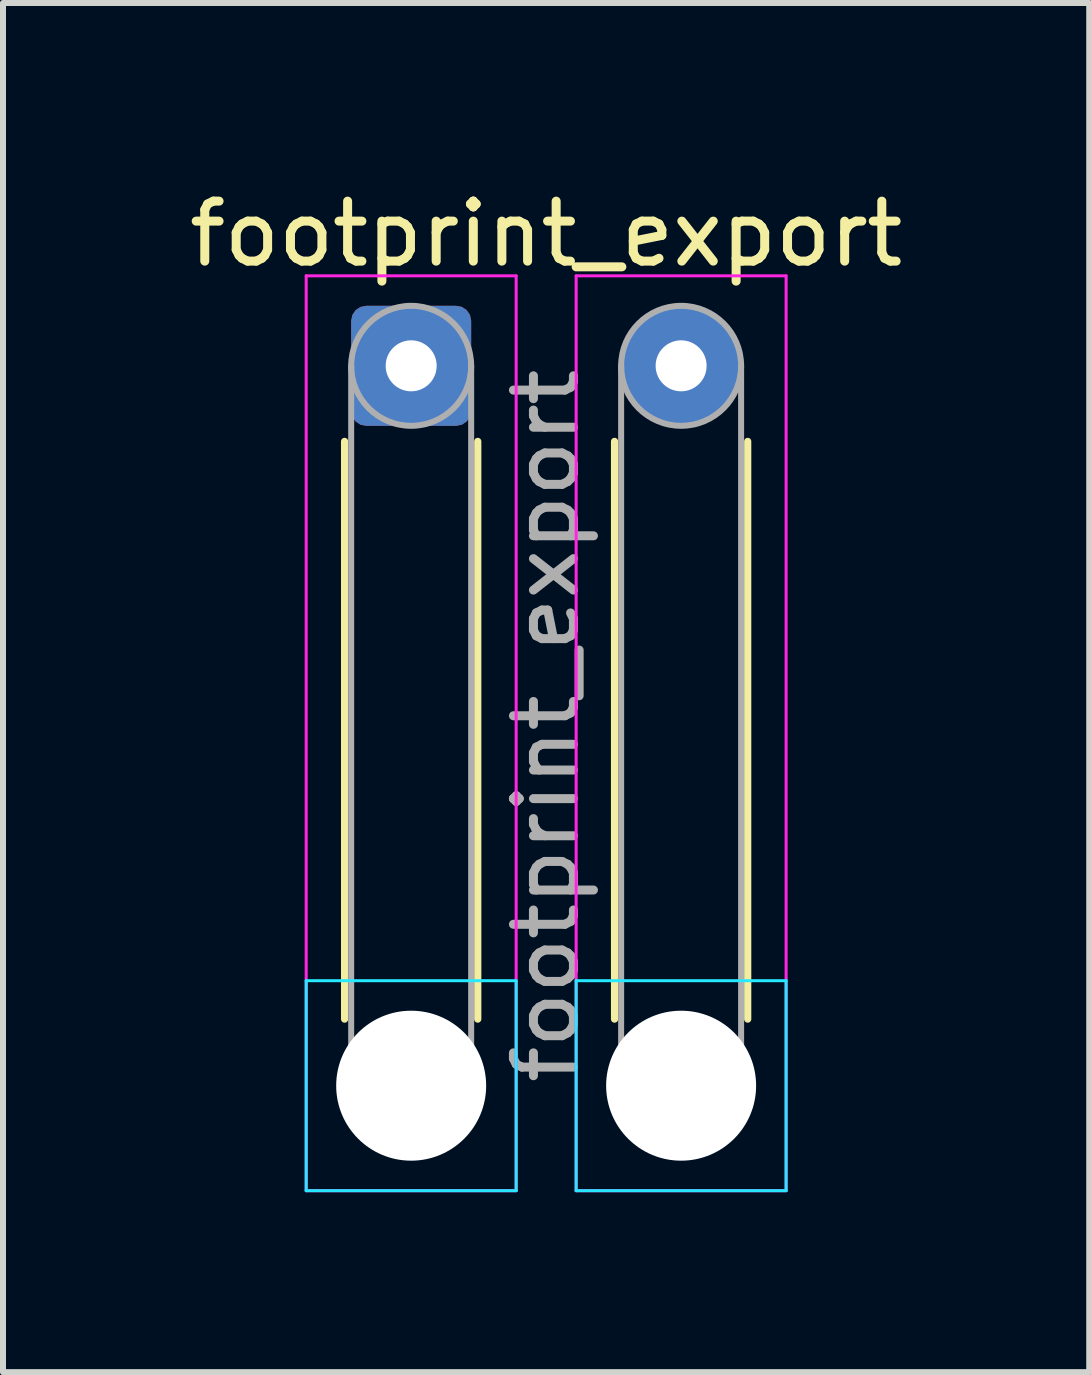
<source format=kicad_pcb>
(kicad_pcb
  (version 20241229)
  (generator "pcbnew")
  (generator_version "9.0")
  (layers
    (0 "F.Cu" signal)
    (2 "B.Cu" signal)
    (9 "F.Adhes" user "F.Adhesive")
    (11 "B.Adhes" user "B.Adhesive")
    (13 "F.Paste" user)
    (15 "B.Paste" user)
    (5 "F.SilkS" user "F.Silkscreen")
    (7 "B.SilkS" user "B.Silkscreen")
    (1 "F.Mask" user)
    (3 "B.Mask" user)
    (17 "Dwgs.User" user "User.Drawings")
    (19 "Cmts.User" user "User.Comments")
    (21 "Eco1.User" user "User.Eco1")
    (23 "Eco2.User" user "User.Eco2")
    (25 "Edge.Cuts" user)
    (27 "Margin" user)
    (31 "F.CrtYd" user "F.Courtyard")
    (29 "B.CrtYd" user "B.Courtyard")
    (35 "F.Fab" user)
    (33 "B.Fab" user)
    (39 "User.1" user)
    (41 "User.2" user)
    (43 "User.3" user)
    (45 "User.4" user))
  (footprint "footprint_export"
    (layer "F.Cu")
    (at 3.804 3.048)
    (property "Reference" "footprint_export" (at 2.25 -2.2 0) (layer "F.SilkS") (effects (font (size 1 1) (thickness 0.15))))
    (attr exclude_from_pos_files exclude_from_bom)
    (fp_line (start -1.11 1.26) (end -1.11 10.89) (stroke (width 0.12) (type solid)) (layer "F.SilkS"))
    (fp_line (start 1.11 1.26) (end 1.11 10.89) (stroke (width 0.12) (type solid)) (layer "F.SilkS"))
    (fp_line (start 3.39 1.26) (end 3.39 10.89) (stroke (width 0.12) (type solid)) (layer "F.SilkS"))
    (fp_line (start 5.61 1.26) (end 5.61 10.89) (stroke (width 0.12) (type solid)) (layer "F.SilkS"))
    (fp_line (start -1.75 10.25) (end -1.75 13.75) (stroke (width 0.05) (type solid)) (layer "B.CrtYd"))
    (fp_line (start -1.75 13.75) (end 1.75 13.75) (stroke (width 0.05) (type solid)) (layer "B.CrtYd"))
    (fp_line (start 1.75 10.25) (end -1.75 10.25) (stroke (width 0.05) (type solid)) (layer "B.CrtYd"))
    (fp_line (start 1.75 13.75) (end 1.75 10.25) (stroke (width 0.05) (type solid)) (layer "B.CrtYd"))
    (fp_line (start 2.75 10.25) (end 2.75 13.75) (stroke (width 0.05) (type solid)) (layer "B.CrtYd"))
    (fp_line (start 2.75 13.75) (end 6.25 13.75) (stroke (width 0.05) (type solid)) (layer "B.CrtYd"))
    (fp_line (start 6.25 10.25) (end 2.75 10.25) (stroke (width 0.05) (type solid)) (layer "B.CrtYd"))
    (fp_line (start 6.25 13.75) (end 6.25 10.25) (stroke (width 0.05) (type solid)) (layer "B.CrtYd"))
    (fp_line (start -1.75 -1.5) (end -1.75 13.75) (stroke (width 0.05) (type solid)) (layer "F.CrtYd"))
    (fp_line (start -1.75 13.75) (end 1.75 13.75) (stroke (width 0.05) (type solid)) (layer "F.CrtYd"))
    (fp_line (start 1.75 -1.5) (end -1.75 -1.5) (stroke (width 0.05) (type solid)) (layer "F.CrtYd"))
    (fp_line (start 1.75 13.75) (end 1.75 -1.5) (stroke (width 0.05) (type solid)) (layer "F.CrtYd"))
    (fp_line (start 2.75 -1.5) (end 2.75 13.75) (stroke (width 0.05) (type solid)) (layer "F.CrtYd"))
    (fp_line (start 2.75 13.75) (end 6.25 13.75) (stroke (width 0.05) (type solid)) (layer "F.CrtYd"))
    (fp_line (start 6.25 -1.5) (end 2.75 -1.5) (stroke (width 0.05) (type solid)) (layer "F.CrtYd"))
    (fp_line (start 6.25 13.75) (end 6.25 -1.5) (stroke (width 0.05) (type solid)) (layer "F.CrtYd"))
    (fp_line (start -1 0) (end -1 12) (stroke (width 0.1) (type solid)) (layer "F.Fab"))
    (fp_line (start 1 0) (end 1 12) (stroke (width 0.1) (type solid)) (layer "F.Fab"))
    (fp_line (start 3.5 0) (end 3.5 12) (stroke (width 0.1) (type solid)) (layer "F.Fab"))
    (fp_line (start 5.5 0) (end 5.5 12) (stroke (width 0.1) (type solid)) (layer "F.Fab"))
    (fp_circle (center 0 0) (end 1 0) (stroke (width 0.1) (type solid)) (fill no) (layer "F.Fab"))
    (fp_circle (center 0 12) (end 1 12) (stroke (width 0.1) (type solid)) (fill no) (layer "F.Fab"))
    (fp_circle (center 4.5 0) (end 5.5 0) (stroke (width 0.1) (type solid)) (fill no) (layer "F.Fab"))
    (fp_circle (center 4.5 12) (end 5.5 12) (stroke (width 0.1) (type solid)) (fill no) (layer "F.Fab"))
    (fp_text user "${REFERENCE}" (at 2.25 6 90) (layer "F.Fab") (effects (font (size 1 1) (thickness 0.15))))
    (pad "" np_thru_hole circle (at 0 12) (size 2.5 2.5) (drill 2.5) (layers "*.Cu" "*.Mask"))
    (pad "" np_thru_hole circle (at 4.5 12) (size 2.5 2.5) (drill 2.5) (layers "*.Cu" "*.Mask"))
    (pad "1" thru_hole roundrect (at 0 0) (size 2 2) (drill 0.85) (layers "*.Cu" "*.Mask") (roundrect_rratio 0.125))
    (pad "2" thru_hole circle (at 4.5 0) (size 2 2) (drill 0.85) (layers "*.Cu" "*.Mask")))
  (gr_rect
    (start -3 -3)
    (end 15.107 19.823)
    (stroke (width 0.1) (type default))
    (fill no)
    (layer "Edge.Cuts")))
</source>
